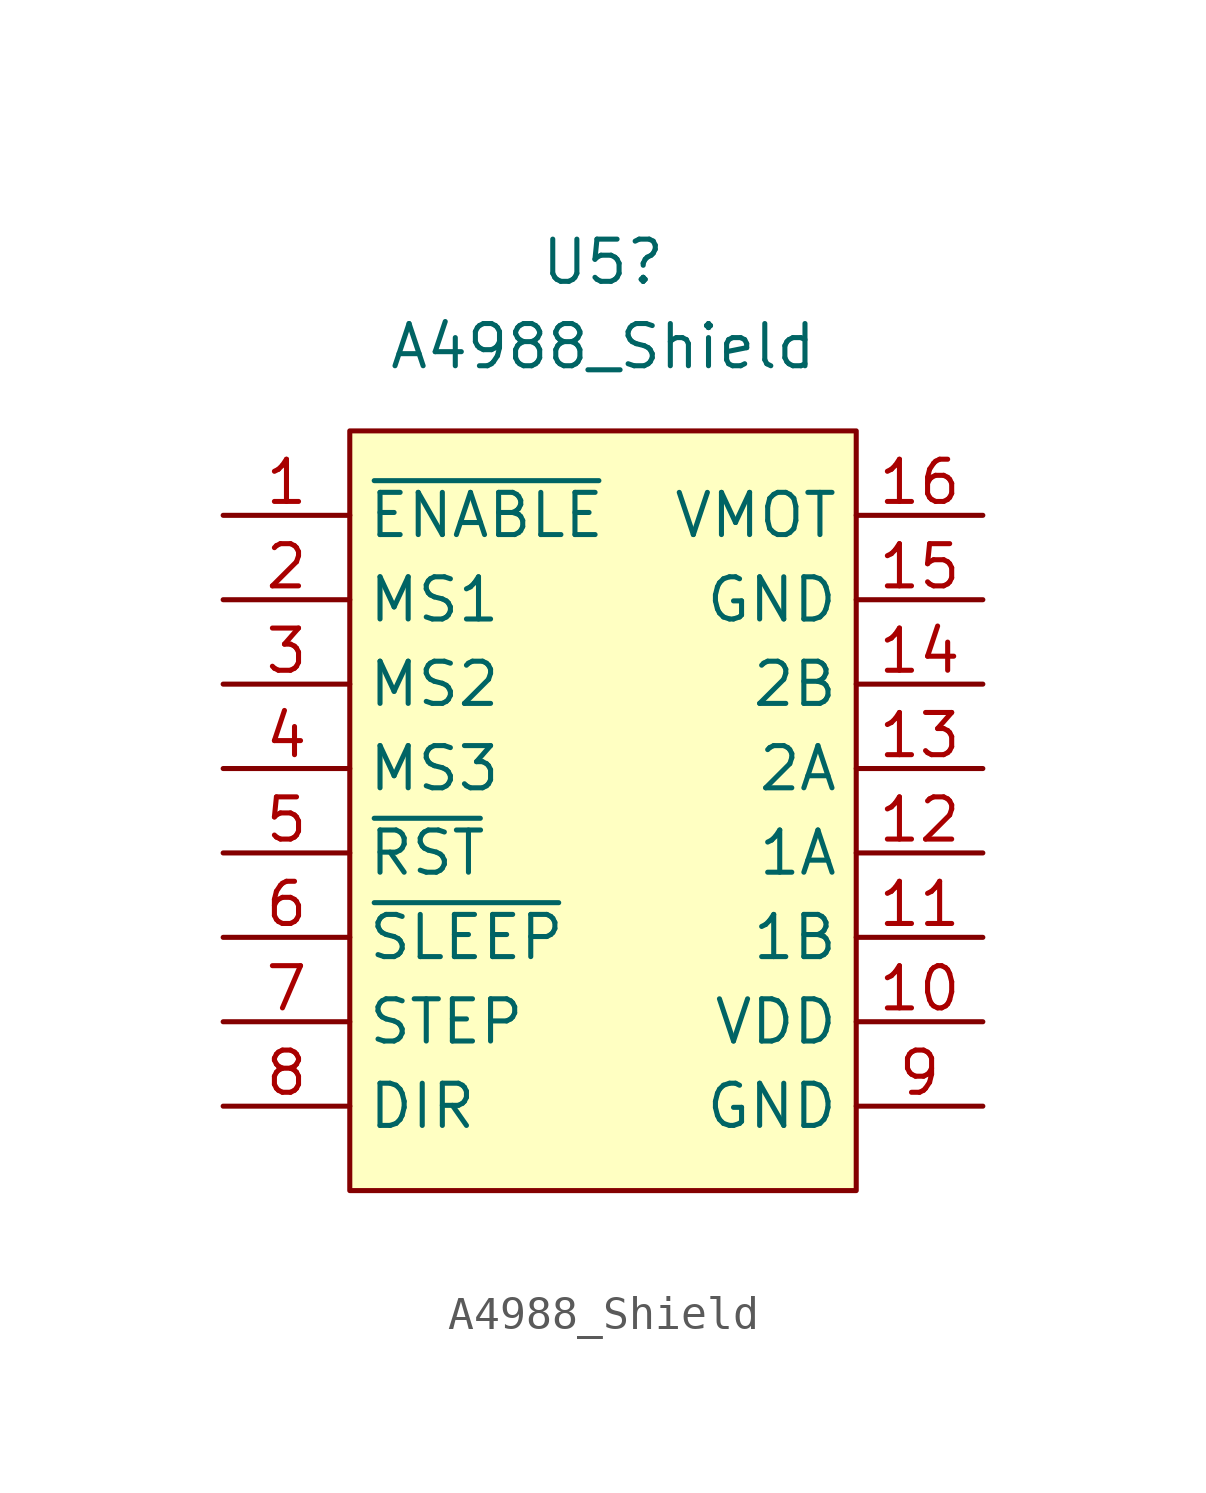
<source format=kicad_sym>
(kicad_symbol_lib
  (version 20211014)
  (generator kicad_symbol_editor)
  (symbol "A4988_Shield"
    (property "Reference" "U5"
      (at 0 16.51 0)
      (effects (font (size 1.27 1.27))))
    (property "Value" "A4988_Shield"
      (at 0 13.97 0)
      (effects (font (size 1.27 1.27))))
    (symbol "A4988_Shield_0_1"
      (rectangle (start -7.62 11.43) (end 7.62 -11.43) (stroke (width 0) (type default) (color 0 0 0 0)) (fill (type background))))
    (symbol "A4988_Shield_1_1"
      (pin input line (at -11.43 8.89 0) (length 3.81) (name "~{ENABLE}" (effects (font (size 1.27 1.27)))) (number "1" (effects (font (size 1.27 1.27)))))
      (pin power_in line (at 11.43 -6.35 180) (length 3.81) (name "VDD" (effects (font (size 1.27 1.27)))) (number "10" (effects (font (size 1.27 1.27)))))
      (pin output line (at 11.43 -3.81 180) (length 3.81) (name "1B" (effects (font (size 1.27 1.27)))) (number "11" (effects (font (size 1.27 1.27)))))
      (pin output line (at 11.43 -1.27 180) (length 3.81) (name "1A" (effects (font (size 1.27 1.27)))) (number "12" (effects (font (size 1.27 1.27)))))
      (pin output line (at 11.43 1.27 180) (length 3.81) (name "2A" (effects (font (size 1.27 1.27)))) (number "13" (effects (font (size 1.27 1.27)))))
      (pin output line (at 11.43 3.81 180) (length 3.81) (name "2B" (effects (font (size 1.27 1.27)))) (number "14" (effects (font (size 1.27 1.27)))))
      (pin power_out line (at 11.43 6.35 180) (length 3.81) (name "GND" (effects (font (size 1.27 1.27)))) (number "15" (effects (font (size 1.27 1.27)))))
      (pin power_in line (at 11.43 8.89 180) (length 3.81) (name "VMOT" (effects (font (size 1.27 1.27)))) (number "16" (effects (font (size 1.27 1.27)))))
      (pin input line (at -11.43 6.35 0) (length 3.81) (name "MS1" (effects (font (size 1.27 1.27)))) (number "2" (effects (font (size 1.27 1.27)))))
      (pin input line (at -11.43 3.81 0) (length 3.81) (name "MS2" (effects (font (size 1.27 1.27)))) (number "3" (effects (font (size 1.27 1.27)))))
      (pin input line (at -11.43 1.27 0) (length 3.81) (name "MS3" (effects (font (size 1.27 1.27)))) (number "4" (effects (font (size 1.27 1.27)))))
      (pin input line (at -11.43 -1.27 0) (length 3.81) (name "~{RST}" (effects (font (size 1.27 1.27)))) (number "5" (effects (font (size 1.27 1.27)))))
      (pin input line (at -11.43 -3.81 0) (length 3.81) (name "~{SLEEP}" (effects (font (size 1.27 1.27)))) (number "6" (effects (font (size 1.27 1.27)))))
      (pin input line (at -11.43 -6.35 0) (length 3.81) (name "STEP" (effects (font (size 1.27 1.27)))) (number "7" (effects (font (size 1.27 1.27)))))
      (pin input line (at -11.43 -8.89 0) (length 3.81) (name "DIR" (effects (font (size 1.27 1.27)))) (number "8" (effects (font (size 1.27 1.27)))))
      (pin power_out line (at 11.43 -8.89 180) (length 3.81) (name "GND" (effects (font (size 1.27 1.27)))) (number "9" (effects (font (size 1.27 1.27))))))))
</source>
